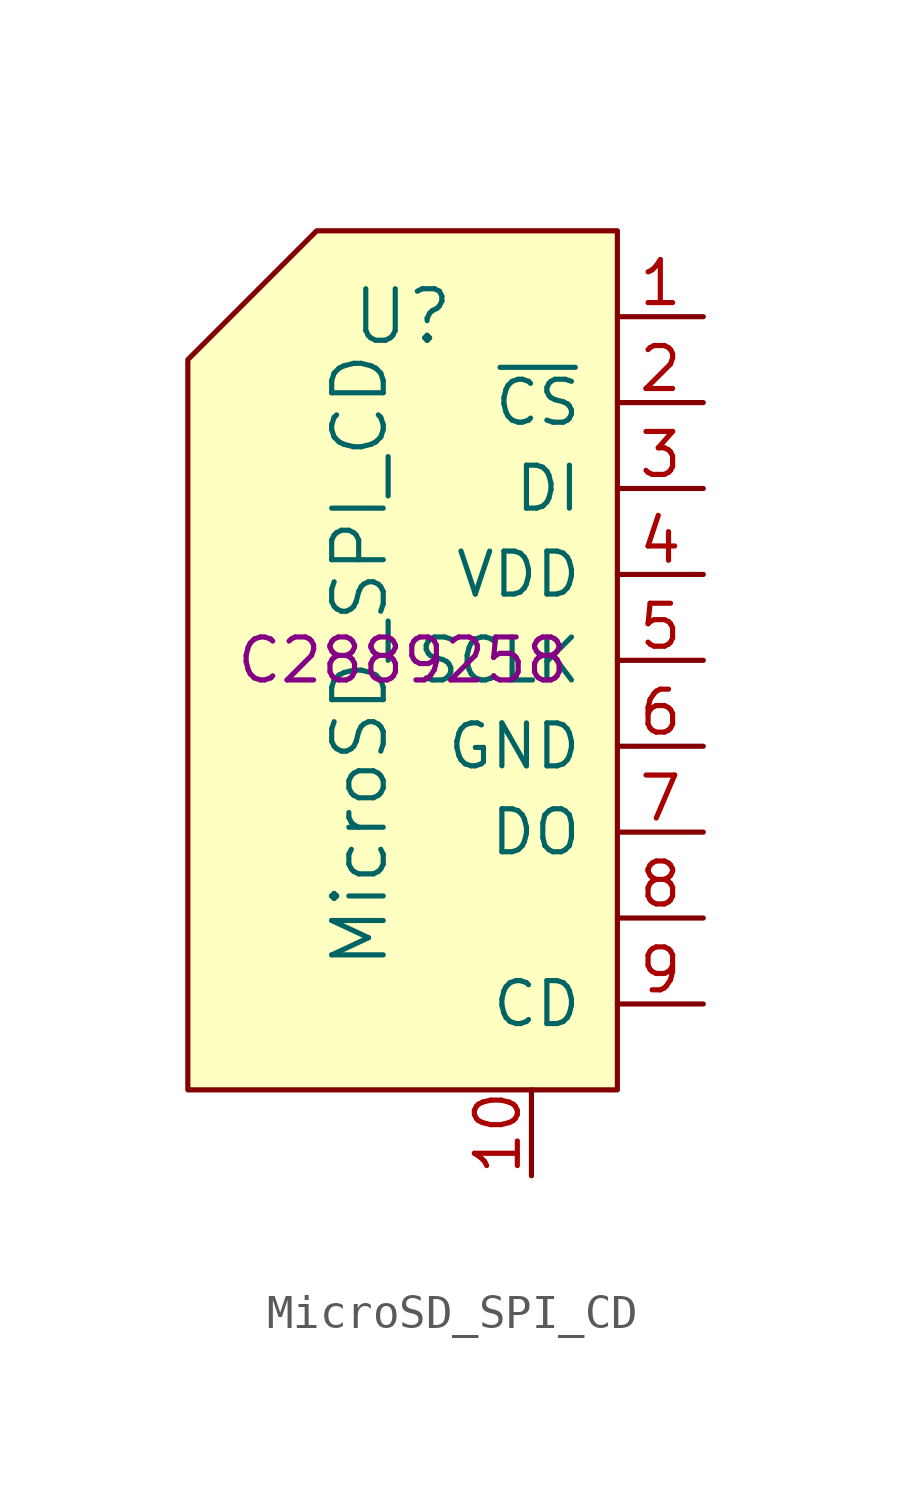
<source format=kicad_sym>
(kicad_symbol_lib
  (version 20211014)
  (generator kicad_symbol_editor)
  (symbol "MicroSD_SPI_CD"
    (pin_names
      (offset 1.016))
    (property "Reference" "U"
      (at 0 10.16 0)
      (effects (font (size 1.524 1.524))))
    (property "Value" "MicroSD_SPI_CD"
      (at -1.27 0 90)
      (effects (font (size 1.524 1.524))))
    (property "Datasheet" ""
      (at -3.81 0 0)
      (effects (font (size 1.524 1.524))))
    (property "LCSC" "C2889258"
      (at 0 0 0)
      (effects (font (size 1.27 1.27))))
    (symbol "MicroSD_SPI_CD_0_1"
      (polyline (pts (xy 6.35 12.7) (xy 6.35 -12.7) (xy -6.35 -12.7) (xy -6.35 8.89) (xy -2.54 12.7) (xy 6.35 12.7)) (stroke (width 0) (type default) (color 0 0 0 0)) (fill (type background))))
    (symbol "MicroSD_SPI_CD_1_1"
      (pin input line (at 8.89 10.16 180) (length 2.54) (name "" (effects (font (size 1.27 1.27)))) (number "1" (effects (font (size 1.27 1.27)))))
      (pin input line (at 3.81 -15.24 90) (length 2.54) (name "" (effects (font (size 1.27 1.27)))) (number "10" (effects (font (size 1.27 1.27)))))
      (pin input line (at 8.89 7.62 180) (length 2.54) (name "~{CS}" (effects (font (size 1.27 1.27)))) (number "2" (effects (font (size 1.27 1.27)))))
      (pin input line (at 8.89 5.08 180) (length 2.54) (name "DI" (effects (font (size 1.27 1.27)))) (number "3" (effects (font (size 1.27 1.27)))))
      (pin input line (at 8.89 2.54 180) (length 2.54) (name "VDD" (effects (font (size 1.27 1.27)))) (number "4" (effects (font (size 1.27 1.27)))))
      (pin input line (at 8.89 0 180) (length 2.54) (name "SCLK" (effects (font (size 1.27 1.27)))) (number "5" (effects (font (size 1.27 1.27)))))
      (pin input line (at 8.89 -2.54 180) (length 2.54) (name "GND" (effects (font (size 1.27 1.27)))) (number "6" (effects (font (size 1.27 1.27)))))
      (pin input line (at 8.89 -5.08 180) (length 2.54) (name "DO" (effects (font (size 1.27 1.27)))) (number "7" (effects (font (size 1.27 1.27)))))
      (pin input line (at 8.89 -7.62 180) (length 2.54) (name "" (effects (font (size 1.27 1.27)))) (number "8" (effects (font (size 1.27 1.27)))))
      (pin input line (at 8.89 -10.16 180) (length 2.54) (name "CD" (effects (font (size 1.27 1.27)))) (number "9" (effects (font (size 1.27 1.27))))))))
</source>
